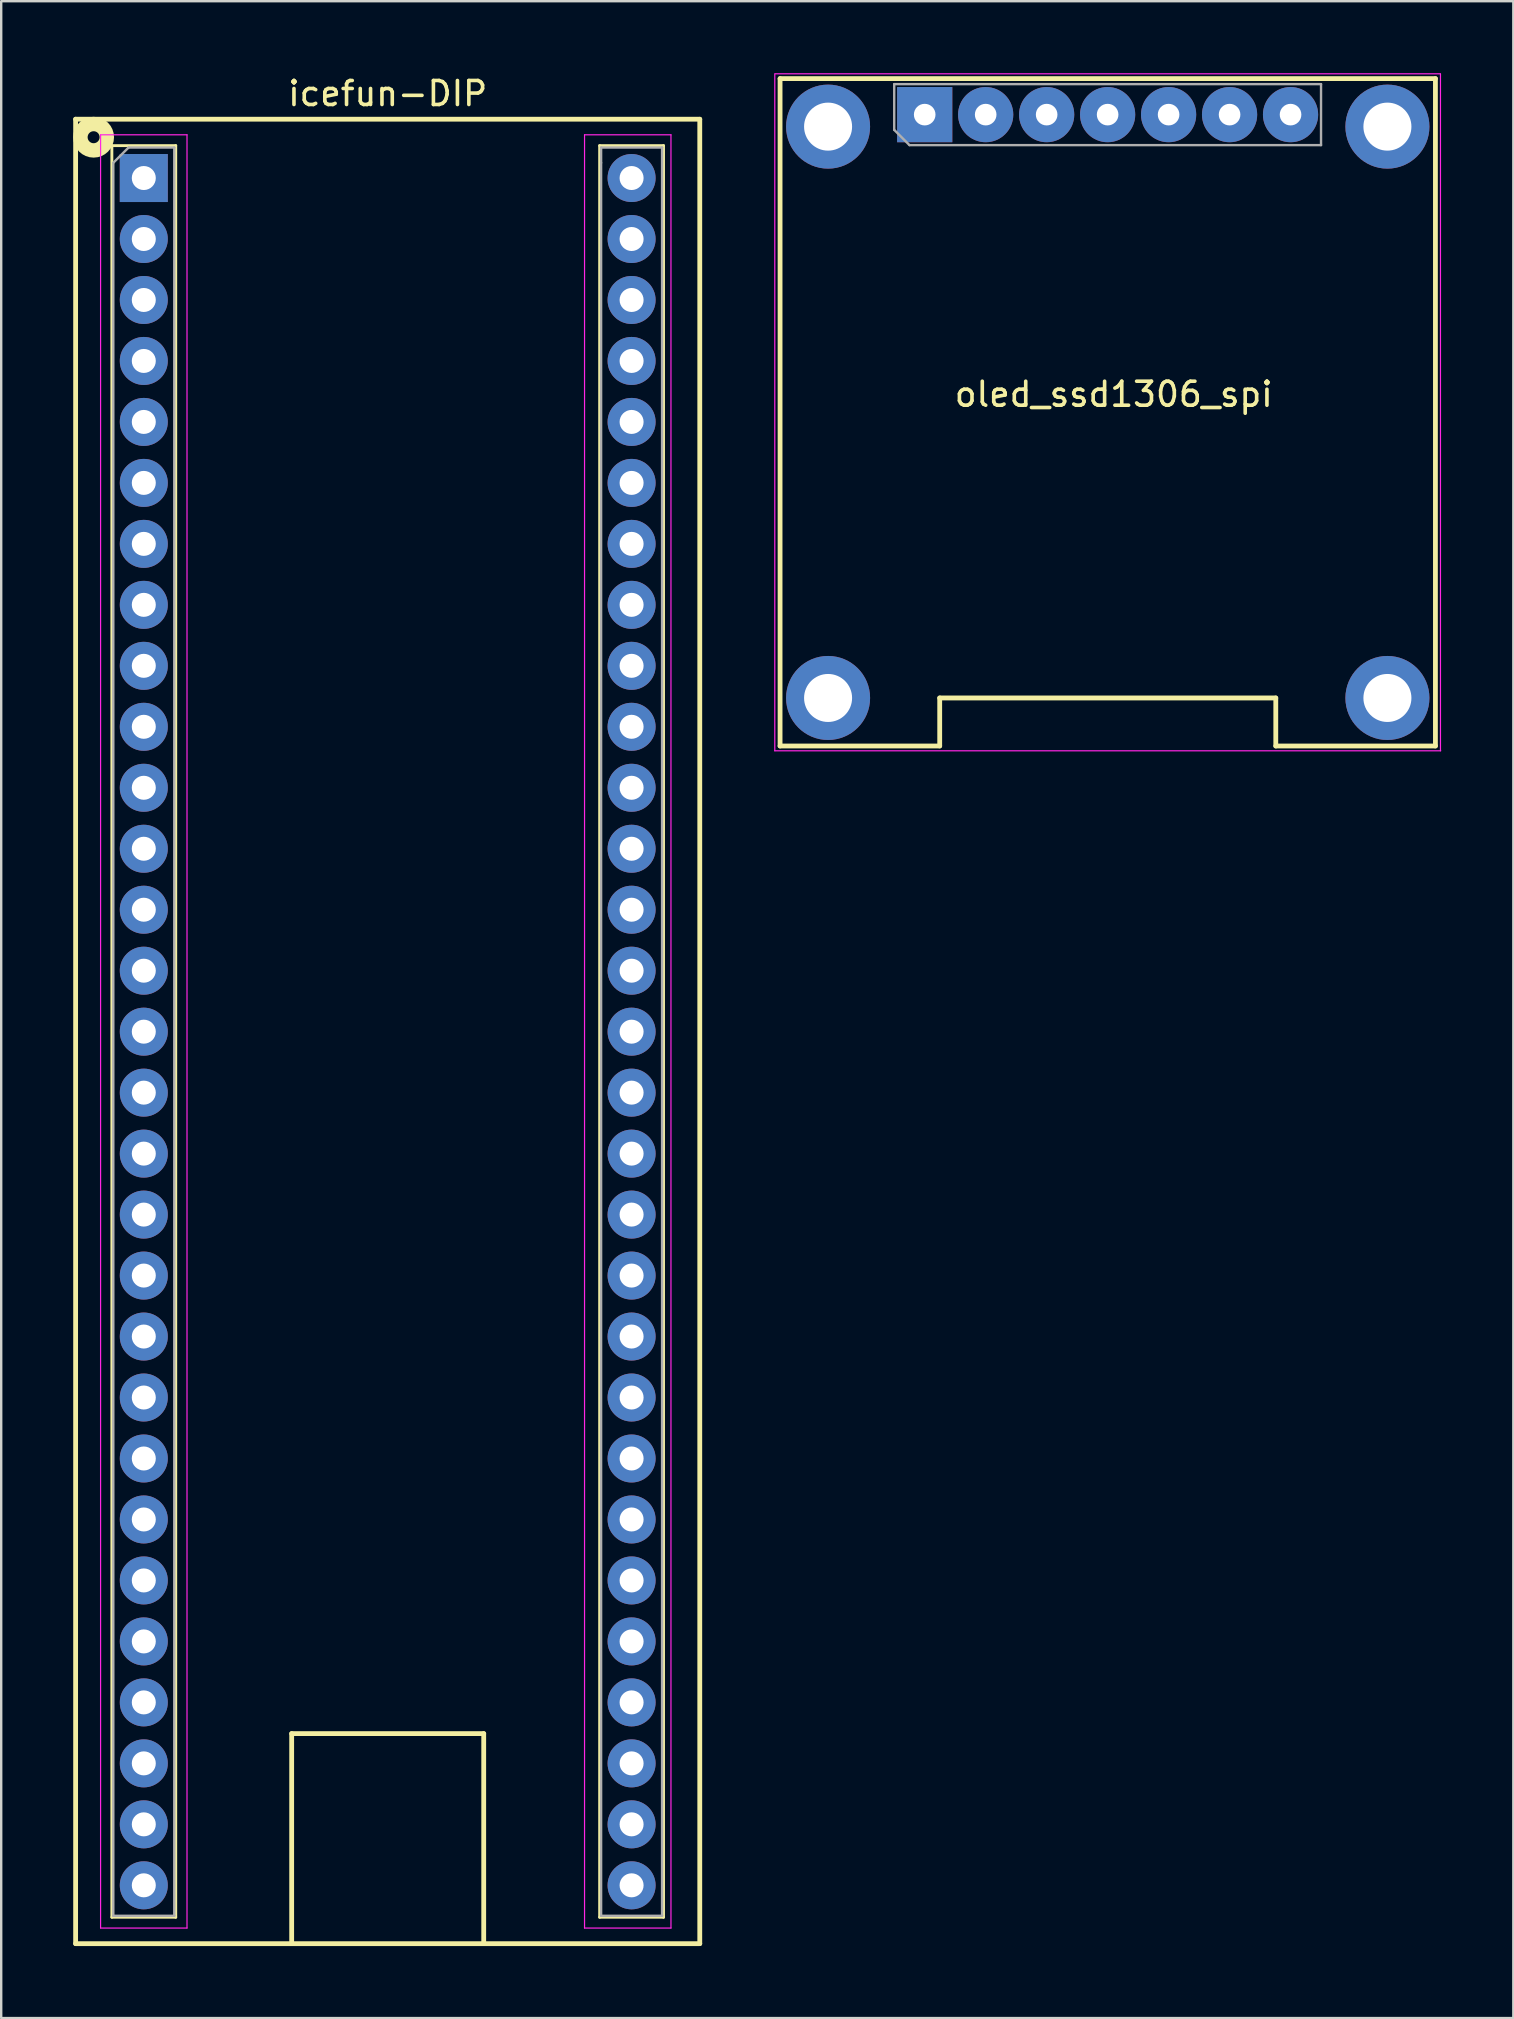
<source format=kicad_pcb>
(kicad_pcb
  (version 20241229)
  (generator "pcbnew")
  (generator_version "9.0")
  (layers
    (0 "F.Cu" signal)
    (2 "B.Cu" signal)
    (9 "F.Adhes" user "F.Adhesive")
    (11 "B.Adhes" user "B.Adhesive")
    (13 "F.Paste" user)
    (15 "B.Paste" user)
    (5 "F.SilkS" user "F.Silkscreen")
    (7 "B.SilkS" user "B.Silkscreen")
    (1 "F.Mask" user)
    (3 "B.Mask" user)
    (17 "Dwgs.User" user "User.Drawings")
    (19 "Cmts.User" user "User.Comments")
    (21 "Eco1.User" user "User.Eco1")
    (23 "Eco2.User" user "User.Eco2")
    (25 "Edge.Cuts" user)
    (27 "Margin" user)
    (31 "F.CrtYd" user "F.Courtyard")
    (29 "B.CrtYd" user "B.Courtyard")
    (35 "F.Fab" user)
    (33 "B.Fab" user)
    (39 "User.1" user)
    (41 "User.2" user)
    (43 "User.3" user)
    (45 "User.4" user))
  (footprint "icefun-DIP"
    (layer "F.Cu")
    (at 13.1 39.916)
    (property "Reference" "icefun-DIP" (at 0 -39.068 0) (layer "F.SilkS") (effects (font (size 1 1) (thickness 0.15))))
    (attr through_hole)
    (fp_line (start -13 -38) (end -13 38) (stroke (width 0.2) (type solid)) (layer "F.SilkS"))
    (fp_line (start -13 -38) (end 13 -38) (stroke (width 0.2) (type solid)) (layer "F.SilkS"))
    (fp_line (start -13 38) (end 13 38) (stroke (width 0.2) (type solid)) (layer "F.SilkS"))
    (fp_line (start -11.49 -36.9) (end -11.49 36.9) (stroke (width 0.12) (type solid)) (layer "F.SilkS"))
    (fp_line (start -11.49 -36.9) (end -8.83 -36.9) (stroke (width 0.12) (type solid)) (layer "F.SilkS"))
    (fp_line (start -11.49 36.9) (end -8.83 36.9) (stroke (width 0.12) (type solid)) (layer "F.SilkS"))
    (fp_line (start -8.83 -36.9) (end -8.83 36.9) (stroke (width 0.12) (type solid)) (layer "F.SilkS"))
    (fp_line (start -4 29.25) (end 4 29.25) (stroke (width 0.2) (type solid)) (layer "F.SilkS"))
    (fp_line (start -4 38) (end -4 29.25) (stroke (width 0.2) (type solid)) (layer "F.SilkS"))
    (fp_line (start 4 29.25) (end 4 38) (stroke (width 0.2) (type solid)) (layer "F.SilkS"))
    (fp_line (start 8.83 -36.9) (end 8.83 36.9) (stroke (width 0.12) (type solid)) (layer "F.SilkS"))
    (fp_line (start 8.83 -36.9) (end 11.49 -36.9) (stroke (width 0.12) (type solid)) (layer "F.SilkS"))
    (fp_line (start 8.83 36.9) (end 11.49 36.9) (stroke (width 0.12) (type solid)) (layer "F.SilkS"))
    (fp_line (start 11.49 -36.9) (end 11.49 36.9) (stroke (width 0.12) (type solid)) (layer "F.SilkS"))
    (fp_line (start 13 -38) (end 13 38) (stroke (width 0.2) (type solid)) (layer "F.SilkS"))
    (fp_circle (center -12.25 -37.25) (end -12 -37.25) (stroke (width 0.6) (type solid)) (fill no) (layer "F.SilkS"))
    (fp_line (start -11.96 -37.35) (end -11.96 37.35) (stroke (width 0.05) (type solid)) (layer "F.CrtYd"))
    (fp_line (start -11.96 37.35) (end -8.36 37.35) (stroke (width 0.05) (type solid)) (layer "F.CrtYd"))
    (fp_line (start -8.36 -37.35) (end -11.96 -37.35) (stroke (width 0.05) (type solid)) (layer "F.CrtYd"))
    (fp_line (start -8.36 37.35) (end -8.36 -37.35) (stroke (width 0.05) (type solid)) (layer "F.CrtYd"))
    (fp_line (start 8.2 -37.35) (end 8.2 37.35) (stroke (width 0.05) (type solid)) (layer "F.CrtYd"))
    (fp_line (start 8.2 37.35) (end 11.8 37.35) (stroke (width 0.05) (type solid)) (layer "F.CrtYd"))
    (fp_line (start 11.8 -37.35) (end 8.2 -37.35) (stroke (width 0.05) (type solid)) (layer "F.CrtYd"))
    (fp_line (start 11.8 37.35) (end 11.8 -37.35) (stroke (width 0.05) (type solid)) (layer "F.CrtYd"))
    (fp_line (start -11.43 -36.185) (end -10.795 -36.82) (stroke (width 0.1) (type solid)) (layer "F.Fab"))
    (fp_line (start -11.43 36.84) (end -11.43 -36.185) (stroke (width 0.1) (type solid)) (layer "F.Fab"))
    (fp_line (start -10.795 -36.82) (end -8.89 -36.82) (stroke (width 0.1) (type solid)) (layer "F.Fab"))
    (fp_line (start -8.89 -36.82) (end -8.89 36.84) (stroke (width 0.1) (type solid)) (layer "F.Fab"))
    (fp_line (start -8.89 36.84) (end -11.43 36.84) (stroke (width 0.1) (type solid)) (layer "F.Fab"))
    (fp_line (start 8.89 -36.82) (end 11.43 -36.82) (stroke (width 0.1) (type solid)) (layer "F.Fab"))
    (fp_line (start 8.89 -36.185) (end 8.89 -36.82) (stroke (width 0.1) (type solid)) (layer "F.Fab"))
    (fp_line (start 8.89 36.84) (end 8.89 -36.185) (stroke (width 0.1) (type solid)) (layer "F.Fab"))
    (fp_line (start 11.43 -36.82) (end 11.43 36.84) (stroke (width 0.1) (type solid)) (layer "F.Fab"))
    (fp_line (start 11.43 36.84) (end 8.89 36.84) (stroke (width 0.1) (type solid)) (layer "F.Fab"))
    (pad "1" thru_hole rect (at -10.16 -35.55) (size 2 2) (drill 1) (layers "*.Cu" "*.Mask"))
    (pad "2" thru_hole circle (at -10.16 -33.01) (size 2 2) (drill 1) (layers "*.Cu" "*.Mask"))
    (pad "3" thru_hole circle (at -10.16 -30.47) (size 2 2) (drill 1) (layers "*.Cu" "*.Mask"))
    (pad "4" thru_hole oval (at -10.16 -27.93) (size 2 2) (drill 1) (layers "*.Cu" "*.Mask"))
    (pad "5" thru_hole oval (at -10.16 -25.39) (size 2 2) (drill 1) (layers "*.Cu" "*.Mask"))
    (pad "6" thru_hole oval (at -10.16 -22.85) (size 2 2) (drill 1) (layers "*.Cu" "*.Mask"))
    (pad "7" thru_hole oval (at -10.16 -20.31) (size 2 2) (drill 1) (layers "*.Cu" "*.Mask"))
    (pad "8" thru_hole oval (at -10.16 -17.77) (size 2 2) (drill 1) (layers "*.Cu" "*.Mask"))
    (pad "9" thru_hole oval (at -10.16 -15.23) (size 2 2) (drill 1) (layers "*.Cu" "*.Mask"))
    (pad "10" thru_hole oval (at -10.16 -12.69) (size 2 2) (drill 1) (layers "*.Cu" "*.Mask"))
    (pad "11" thru_hole oval (at -10.16 -10.15) (size 2 2) (drill 1) (layers "*.Cu" "*.Mask"))
    (pad "12" thru_hole oval (at -10.16 -7.61) (size 2 2) (drill 1) (layers "*.Cu" "*.Mask"))
    (pad "13" thru_hole oval (at -10.16 -5.07) (size 2 2) (drill 1) (layers "*.Cu" "*.Mask"))
    (pad "14" thru_hole oval (at -10.16 -2.53) (size 2 2) (drill 1) (layers "*.Cu" "*.Mask"))
    (pad "15" thru_hole oval (at -10.16 0.01) (size 2 2) (drill 1) (layers "*.Cu" "*.Mask"))
    (pad "16" thru_hole oval (at -10.16 2.55) (size 2 2) (drill 1) (layers "*.Cu" "*.Mask"))
    (pad "17" thru_hole oval (at -10.16 5.09) (size 2 2) (drill 1) (layers "*.Cu" "*.Mask"))
    (pad "18" thru_hole oval (at -10.16 7.63) (size 2 2) (drill 1) (layers "*.Cu" "*.Mask"))
    (pad "19" thru_hole oval (at -10.16 10.17) (size 2 2) (drill 1) (layers "*.Cu" "*.Mask"))
    (pad "20" thru_hole oval (at -10.16 12.71) (size 2 2) (drill 1) (layers "*.Cu" "*.Mask"))
    (pad "21" thru_hole oval (at -10.16 15.25) (size 2 2) (drill 1) (layers "*.Cu" "*.Mask"))
    (pad "22" thru_hole oval (at -10.16 17.79) (size 2 2) (drill 1) (layers "*.Cu" "*.Mask"))
    (pad "23" thru_hole oval (at -10.16 20.33) (size 2 2) (drill 1) (layers "*.Cu" "*.Mask"))
    (pad "24" thru_hole oval (at -10.16 22.87) (size 2 2) (drill 1) (layers "*.Cu" "*.Mask"))
    (pad "25" thru_hole oval (at -10.16 25.41) (size 2 2) (drill 1) (layers "*.Cu" "*.Mask"))
    (pad "26" thru_hole oval (at -10.16 27.95) (size 2 2) (drill 1) (layers "*.Cu" "*.Mask"))
    (pad "27" thru_hole oval (at -10.16 30.49) (size 2 2) (drill 1) (layers "*.Cu" "*.Mask"))
    (pad "28" thru_hole oval (at -10.16 33.03) (size 2 2) (drill 1) (layers "*.Cu" "*.Mask"))
    (pad "29" thru_hole oval (at -10.16 35.57) (size 2 2) (drill 1) (layers "*.Cu" "*.Mask"))
    (pad "30" thru_hole oval (at 10.16 35.57) (size 2 2) (drill 1) (layers "*.Cu" "*.Mask"))
    (pad "31" thru_hole oval (at 10.16 33.03) (size 2 2) (drill 1) (layers "*.Cu" "*.Mask"))
    (pad "32" thru_hole oval (at 10.16 30.49) (size 2 2) (drill 1) (layers "*.Cu" "*.Mask"))
    (pad "33" thru_hole oval (at 10.16 27.95) (size 2 2) (drill 1) (layers "*.Cu" "*.Mask"))
    (pad "34" thru_hole oval (at 10.16 25.41) (size 2 2) (drill 1) (layers "*.Cu" "*.Mask"))
    (pad "35" thru_hole oval (at 10.16 22.87) (size 2 2) (drill 1) (layers "*.Cu" "*.Mask"))
    (pad "36" thru_hole oval (at 10.16 20.33) (size 2 2) (drill 1) (layers "*.Cu" "*.Mask"))
    (pad "37" thru_hole oval (at 10.16 17.79) (size 2 2) (drill 1) (layers "*.Cu" "*.Mask"))
    (pad "38" thru_hole oval (at 10.16 15.25) (size 2 2) (drill 1) (layers "*.Cu" "*.Mask"))
    (pad "39" thru_hole oval (at 10.16 12.71) (size 2 2) (drill 1) (layers "*.Cu" "*.Mask"))
    (pad "40" thru_hole oval (at 10.16 10.17) (size 2 2) (drill 1) (layers "*.Cu" "*.Mask"))
    (pad "41" thru_hole oval (at 10.16 7.63) (size 2 2) (drill 1) (layers "*.Cu" "*.Mask"))
    (pad "42" thru_hole oval (at 10.16 5.09) (size 2 2) (drill 1) (layers "*.Cu" "*.Mask"))
    (pad "43" thru_hole oval (at 10.16 2.55) (size 2 2) (drill 1) (layers "*.Cu" "*.Mask"))
    (pad "44" thru_hole oval (at 10.16 0.01) (size 2 2) (drill 1) (layers "*.Cu" "*.Mask"))
    (pad "45" thru_hole oval (at 10.16 -2.53) (size 2 2) (drill 1) (layers "*.Cu" "*.Mask"))
    (pad "46" thru_hole oval (at 10.16 -5.07) (size 2 2) (drill 1) (layers "*.Cu" "*.Mask"))
    (pad "47" thru_hole oval (at 10.16 -7.61) (size 2 2) (drill 1) (layers "*.Cu" "*.Mask"))
    (pad "48" thru_hole oval (at 10.16 -10.15) (size 2 2) (drill 1) (layers "*.Cu" "*.Mask"))
    (pad "49" thru_hole oval (at 10.16 -12.69) (size 2 2) (drill 1) (layers "*.Cu" "*.Mask"))
    (pad "50" thru_hole oval (at 10.16 -15.23) (size 2 2) (drill 1) (layers "*.Cu" "*.Mask"))
    (pad "51" thru_hole oval (at 10.16 -17.77) (size 2 2) (drill 1) (layers "*.Cu" "*.Mask"))
    (pad "52" thru_hole oval (at 10.16 -20.31) (size 2 2) (drill 1) (layers "*.Cu" "*.Mask"))
    (pad "53" thru_hole oval (at 10.16 -22.85) (size 2 2) (drill 1) (layers "*.Cu" "*.Mask"))
    (pad "54" thru_hole oval (at 10.16 -25.39) (size 2 2) (drill 1) (layers "*.Cu" "*.Mask"))
    (pad "55" thru_hole oval (at 10.16 -27.93) (size 2 2) (drill 1) (layers "*.Cu" "*.Mask"))
    (pad "56" thru_hole oval (at 10.16 -30.47) (size 2 2) (drill 1) (layers "*.Cu" "*.Mask"))
    (pad "57" thru_hole oval (at 10.16 -33.01) (size 2 2) (drill 1) (layers "*.Cu" "*.Mask"))
    (pad "58" thru_hole circle (at 10.16 -35.55) (size 2 2) (drill 1) (layers "*.Cu" "*.Mask")))
  (footprint "oled_ssd1306_spi"
    (layer "F.Cu")
    (at 43.095 14.125)
    (property "Reference" "oled_ssd1306_spi" (at 0.25 -0.75 0) (layer "F.SilkS") (effects (font (size 1 1) (thickness 0.15))))
    (attr through_hole)
    (fp_line (start -13.65 -13.9) (end -13.65 13.9) (stroke (width 0.2) (type solid)) (layer "F.SilkS"))
    (fp_line (start -13.65 -13.9) (end 13.65 -13.9) (stroke (width 0.2) (type solid)) (layer "F.SilkS"))
    (fp_line (start -7 11.9) (end -7 13.9) (stroke (width 0.2) (type solid)) (layer "F.SilkS"))
    (fp_line (start -7 13.9) (end -13.65 13.9) (stroke (width 0.2) (type solid)) (layer "F.SilkS"))
    (fp_line (start 7 11.9) (end -7 11.9) (stroke (width 0.2) (type solid)) (layer "F.SilkS"))
    (fp_line (start 7 11.9) (end 7 13.9) (stroke (width 0.2) (type solid)) (layer "F.SilkS"))
    (fp_line (start 13.65 13.9) (end 7 13.9) (stroke (width 0.2) (type solid)) (layer "F.SilkS"))
    (fp_line (start 13.65 13.9) (end 13.65 -13.9) (stroke (width 0.2) (type solid)) (layer "F.SilkS"))
    (fp_line (start -13.87 -14.1) (end -13.87 14.1) (stroke (width 0.05) (type solid)) (layer "F.CrtYd"))
    (fp_line (start -13.87 14.1) (end 13.87 14.1) (stroke (width 0.05) (type solid)) (layer "F.CrtYd"))
    (fp_line (start 13.85 -14.1) (end -13.85 -14.1) (stroke (width 0.05) (type solid)) (layer "F.CrtYd"))
    (fp_line (start 13.86 -14.1) (end 13.86 14.1) (stroke (width 0.05) (type solid)) (layer "F.CrtYd"))
    (fp_line (start -8.895 -13.67) (end 8.885 -13.67) (stroke (width 0.1) (type solid)) (layer "F.Fab"))
    (fp_line (start -8.895 -11.765) (end -8.895 -13.67) (stroke (width 0.1) (type solid)) (layer "F.Fab"))
    (fp_line (start -8.26 -11.13) (end -8.895 -11.765) (stroke (width 0.1) (type solid)) (layer "F.Fab"))
    (fp_line (start 8.885 -13.67) (end 8.885 -11.13) (stroke (width 0.1) (type solid)) (layer "F.Fab"))
    (fp_line (start 8.885 -11.13) (end -8.26 -11.13) (stroke (width 0.1) (type solid)) (layer "F.Fab"))
    (pad "" np_thru_hole circle (at -11.65 -11.9 90) (size 3.5 3.5) (drill 2) (layers "*.Cu" "*.Mask"))
    (pad "" np_thru_hole circle (at -11.65 11.9 90) (size 3.5 3.5) (drill 2) (layers "*.Cu" "*.Mask"))
    (pad "" np_thru_hole circle (at 11.65 -11.9 90) (size 3.5 3.5) (drill 2) (layers "*.Cu" "*.Mask"))
    (pad "" np_thru_hole circle (at 11.65 11.9 90) (size 3.5 3.5) (drill 2) (layers "*.Cu" "*.Mask"))
    (pad "1" thru_hole rect (at -7.625 -12.4 90) (size 2.3 2.3) (drill 0.9) (layers "*.Cu" "*.Mask"))
    (pad "2" thru_hole oval (at -5.085 -12.4 90) (size 2.3 2.3) (drill 0.9) (layers "*.Cu" "*.Mask"))
    (pad "3" thru_hole oval (at -2.545 -12.4 90) (size 2.3 2.3) (drill 0.9) (layers "*.Cu" "*.Mask"))
    (pad "4" thru_hole oval (at -0.005 -12.4 90) (size 2.3 2.3) (drill 0.9) (layers "*.Cu" "*.Mask"))
    (pad "5" thru_hole oval (at 2.535 -12.4 90) (size 2.3 2.3) (drill 0.9) (layers "*.Cu" "*.Mask"))
    (pad "6" thru_hole oval (at 5.075 -12.4 90) (size 2.3 2.3) (drill 0.9) (layers "*.Cu" "*.Mask"))
    (pad "7" thru_hole oval (at 7.615 -12.4 90) (size 2.3 2.3) (drill 0.9) (layers "*.Cu" "*.Mask")))
  (gr_rect
    (start -3 -3)
    (end 59.99 81.016)
    (stroke (width 0.1) (type default))
    (fill no)
    (layer "Edge.Cuts")))
</source>
